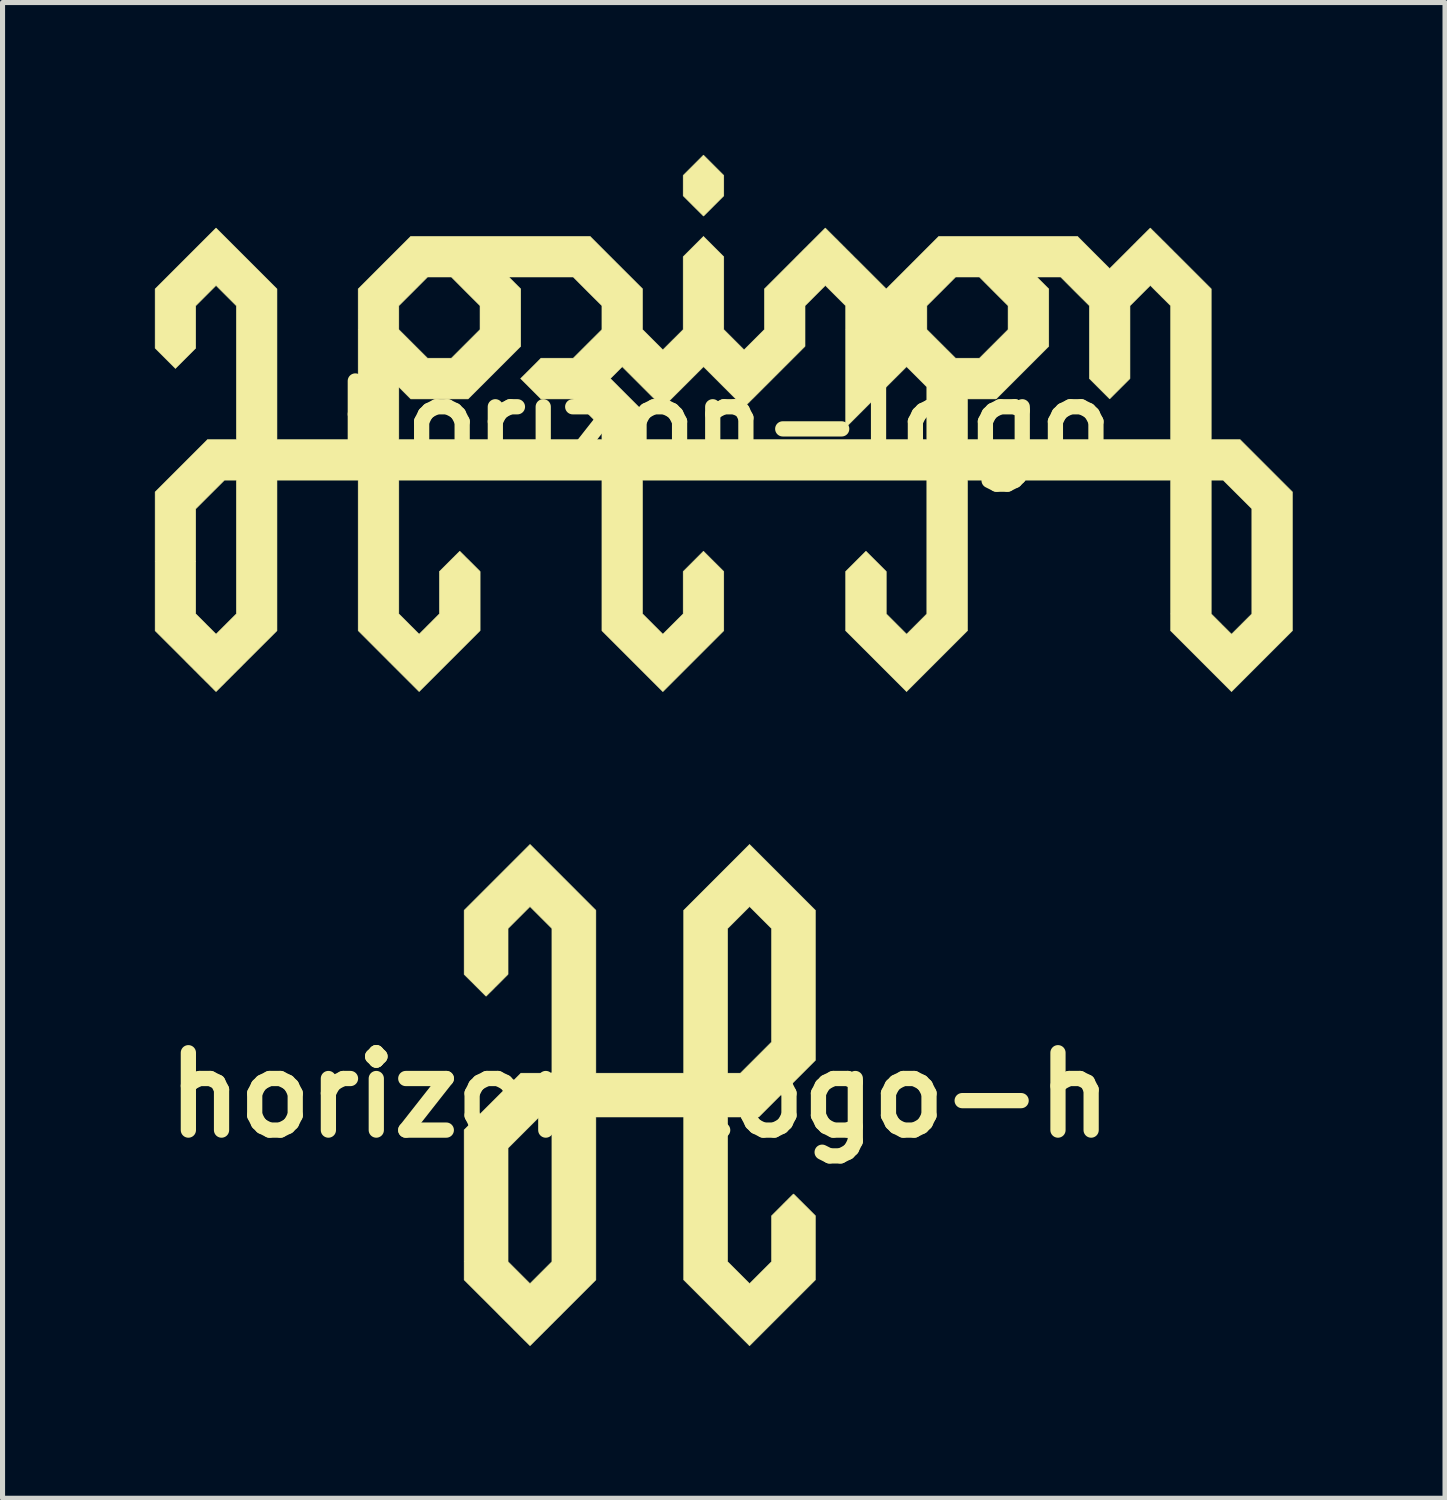
<source format=kicad_pcb>
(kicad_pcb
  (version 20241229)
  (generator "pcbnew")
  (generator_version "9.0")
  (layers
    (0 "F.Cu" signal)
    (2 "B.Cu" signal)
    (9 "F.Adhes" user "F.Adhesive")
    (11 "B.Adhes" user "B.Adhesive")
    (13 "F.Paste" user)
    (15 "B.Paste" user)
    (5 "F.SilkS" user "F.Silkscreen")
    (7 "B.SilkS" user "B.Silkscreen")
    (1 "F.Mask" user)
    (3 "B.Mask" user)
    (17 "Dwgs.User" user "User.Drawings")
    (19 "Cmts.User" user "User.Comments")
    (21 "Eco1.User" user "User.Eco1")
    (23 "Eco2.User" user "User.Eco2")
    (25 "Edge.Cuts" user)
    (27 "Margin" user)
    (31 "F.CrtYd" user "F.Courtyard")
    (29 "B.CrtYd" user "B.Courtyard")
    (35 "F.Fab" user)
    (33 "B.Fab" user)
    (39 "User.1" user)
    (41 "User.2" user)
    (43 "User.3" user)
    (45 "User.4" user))
  (footprint "horizon-logo"
    (layer "F.Cu")
    (at 11.205 5.288)
    (property "Reference" "horizon-logo" (at 0 0 0) (layer "F.SilkS") (effects (font (size 1.524 1.524) (thickness 0.3))))
    (attr through_hole)
    (fp_poly (pts (xy 0 -4.883) (xy 0 -4.481) (xy -0.2 -4.281) (xy -0.399 -4.082) (xy -0.6 -4.282) (xy -0.8 -4.482) (xy -0.8 -4.883) (xy -0.4 -5.283) (xy 0 -4.883)) (stroke (width 0.01) (type solid)) (fill yes) (layer "F.SilkS"))
    (fp_poly (pts (xy -9.4 -3.247) (xy -8.8 -2.647) (xy -8.8 0.318) (xy -7.201 0.318) (xy -7.201 -0.716) (xy -6.4 -0.716) (xy -6.4 0.318) (xy -2.4 0.318) (xy -2.4 0.083) (xy -2.683 -0.199) (xy -2.965 -0.481) (xy -3.282 -0.481) (xy -3.6 -0.481) (xy -3.8 -0.682) (xy -4.001 -0.882) (xy -4.001 -0.882) (xy -2.234 -0.882) (xy -1.917 -0.565) (xy -1.6 -0.248) (xy -1.6 0.318) (xy 3.999 0.318) (xy 3.999 -0.481) (xy 4.801 -0.481) (xy 4.801 0.318) (xy 8.8 0.318) (xy 8.8 -2.317) (xy 8.652 -2.465) (xy 8.634 -2.482) (xy 8.617 -2.499) (xy 8.6 -2.517) (xy 8.583 -2.534) (xy 8.566 -2.55) (xy 8.55 -2.567) (xy 8.534 -2.582) (xy 8.519 -2.597) (xy 8.505 -2.611) (xy 8.492 -2.624) (xy 8.48 -2.636) (xy 8.47 -2.646) (xy 8.461 -2.655) (xy 8.454 -2.662) (xy 8.452 -2.664) (xy 8.4 -2.716) (xy 8.2 -2.516) (xy 8 -2.316) (xy 8 -0.882) (xy 7.8 -0.682) (xy 7.6 -0.482) (xy 7.4 -0.682) (xy 7.2 -0.882) (xy 7.2 -2.317) (xy 6.917 -2.599) (xy 6.635 -2.882) (xy 6.401 -2.882) (xy 6.166 -2.882) (xy 6.284 -2.764) (xy 6.401 -2.647) (xy 6.401 -1.517) (xy 5.883 -0.999) (xy 5.365 -0.481) (xy 4.801 -0.481) (xy 3.999 -0.481) (xy 3.999 -0.717) (xy 3.8 -0.917) (xy 3.6 -1.116) (xy 3 -0.517) (xy 2.4 0.083) (xy 2.4 -2.316) (xy 2.399 -2.317) (xy 4 -2.317) (xy 4 -1.847) (xy 4.565 -1.283) (xy 5.035 -1.283) (xy 5.317 -1.565) (xy 5.599 -1.847) (xy 5.599 -2.317) (xy 5.317 -2.599) (xy 5.035 -2.882) (xy 4.8 -2.882) (xy 4.565 -2.882) (xy 4.283 -2.599) (xy 4 -2.317) (xy 2.399 -2.317) (xy 2.2 -2.516) (xy 2 -2.716) (xy 1.8 -2.516) (xy 1.6 -2.316) (xy 1.6 -1.517) (xy 1 -0.917) (xy 0.967 -0.884) (xy 0.935 -0.852) (xy 0.903 -0.82) (xy 0.872 -0.789) (xy 0.841 -0.758) (xy 0.811 -0.728) (xy 0.782 -0.699) (xy 0.753 -0.67) (xy 0.725 -0.642) (xy 0.698 -0.615) (xy 0.672 -0.589) (xy 0.647 -0.564) (xy 0.622 -0.539) (xy 0.599 -0.516) (xy 0.577 -0.494) (xy 0.555 -0.473) (xy 0.535 -0.453) (xy 0.516 -0.434) (xy 0.499 -0.416) (xy 0.482 -0.4) (xy 0.467 -0.385) (xy 0.454 -0.371) (xy 0.441 -0.359) (xy 0.431 -0.348) (xy 0.421 -0.339) (xy 0.414 -0.332) (xy 0.408 -0.326) (xy 0.403 -0.321) (xy 0.401 -0.318) (xy 0.4 -0.318) (xy 0.4 -0.318) (xy 0.399 -0.318) (xy 0.396 -0.321) (xy 0.392 -0.325) (xy 0.386 -0.331) (xy 0.378 -0.339) (xy 0.369 -0.348) (xy 0.358 -0.359) (xy 0.347 -0.37) (xy 0.333 -0.384) (xy 0.319 -0.398) (xy 0.303 -0.414) (xy 0.286 -0.431) (xy 0.268 -0.449) (xy 0.249 -0.468) (xy 0.229 -0.488) (xy 0.208 -0.509) (xy 0.186 -0.531) (xy 0.163 -0.554) (xy 0.14 -0.577) (xy 0.116 -0.601) (xy 0.091 -0.626) (xy 0.065 -0.652) (xy 0.039 -0.678) (xy 0.013 -0.704) (xy -0.000268 -0.717) (xy -0.399 -1.116) (xy -0.799 -0.716) (xy -1.2 -0.316) (xy -1.6 -0.716) (xy -2 -1.116) (xy -2.234 -0.882) (xy -4.001 -0.882) (xy -3.8 -1.082) (xy -3.6 -1.283) (xy -2.965 -1.283) (xy -2.683 -1.565) (xy -2.4 -1.847) (xy -2.4 -2.317) (xy -2.683 -2.599) (xy -2.965 -2.882) (xy -4.234 -2.882) (xy -4.116 -2.764) (xy -3.999 -2.647) (xy -3.999 -1.517) (xy -4.517 -0.999) (xy -5.035 -0.481) (xy -6.165 -0.481) (xy -6.4 -0.716) (xy -7.201 -0.716) (xy -7.201 -1.165) (xy -7.201 -2.317) (xy -6.4 -2.317) (xy -6.4 -1.847) (xy -5.835 -1.283) (xy -5.365 -1.283) (xy -5.083 -1.565) (xy -4.801 -1.847) (xy -4.801 -2.317) (xy -5.083 -2.599) (xy -5.365 -2.882) (xy -5.6 -2.882) (xy -5.835 -2.882) (xy -6.117 -2.599) (xy -6.4 -2.317) (xy -7.201 -2.317) (xy -7.201 -2.647) (xy -6.684 -3.165) (xy -6.166 -3.682) (xy -4.4 -3.682) (xy -2.633 -3.682) (xy -2.117 -3.165) (xy -1.6 -2.649) (xy -1.6 -2.249) (xy -1.6 -1.848) (xy -1.4 -1.648) (xy -1.2 -1.448) (xy -1 -1.648) (xy -0.8 -1.847) (xy -0.8 -2.565) (xy -0.8 -3.282) (xy -0.6 -3.482) (xy -0.4 -3.682) (xy -0.2 -3.482) (xy 0 -3.282) (xy 0 -1.848) (xy 0.2 -1.648) (xy 0.4 -1.448) (xy 0.6 -1.648) (xy 0.8 -1.848) (xy 0.8 -2.248) (xy 0.8 -2.647) (xy 1.4 -3.247) (xy 1.432 -3.28) (xy 1.465 -3.312) (xy 1.496 -3.344) (xy 1.528 -3.375) (xy 1.558 -3.406) (xy 1.588 -3.436) (xy 1.618 -3.465) (xy 1.647 -3.494) (xy 1.674 -3.522) (xy 1.702 -3.549) (xy 1.728 -3.575) (xy 1.753 -3.6) (xy 1.777 -3.624) (xy 1.801 -3.648) (xy 1.823 -3.67) (xy 1.844 -3.691) (xy 1.864 -3.711) (xy 1.883 -3.73) (xy 1.901 -3.748) (xy 1.917 -3.764) (xy 1.932 -3.779) (xy 1.946 -3.793) (xy 1.958 -3.805) (xy 1.969 -3.816) (xy 1.978 -3.825) (xy 1.986 -3.833) (xy 1.992 -3.839) (xy 1.996 -3.843) (xy 1.999 -3.846) (xy 2 -3.847) (xy 2 -3.847) (xy 2.001 -3.846) (xy 2.003 -3.843) (xy 2.008 -3.839) (xy 2.014 -3.833) (xy 2.021 -3.825) (xy 2.031 -3.816) (xy 2.041 -3.806) (xy 2.053 -3.794) (xy 2.067 -3.78) (xy 2.082 -3.765) (xy 2.098 -3.749) (xy 2.116 -3.731) (xy 2.135 -3.712) (xy 2.155 -3.692) (xy 2.176 -3.671) (xy 2.198 -3.649) (xy 2.222 -3.626) (xy 2.246 -3.602) (xy 2.271 -3.576) (xy 2.297 -3.55) (xy 2.325 -3.523) (xy 2.352 -3.495) (xy 2.381 -3.467) (xy 2.41 -3.437) (xy 2.44 -3.407) (xy 2.471 -3.377) (xy 2.502 -3.345) (xy 2.534 -3.314) (xy 2.566 -3.281) (xy 2.599 -3.248) (xy 2.6 -3.248) (xy 3.2 -2.648) (xy 3.717 -3.165) (xy 4.234 -3.682) (xy 5.6 -3.682) (xy 6.967 -3.682) (xy 7.283 -3.365) (xy 7.6 -3.048) (xy 8 -3.447) (xy 8.026 -3.474) (xy 8.053 -3.5) (xy 8.078 -3.526) (xy 8.104 -3.551) (xy 8.128 -3.576) (xy 8.152 -3.6) (xy 8.175 -3.623) (xy 8.197 -3.645) (xy 8.219 -3.666) (xy 8.24 -3.687) (xy 8.259 -3.707) (xy 8.278 -3.725) (xy 8.295 -3.742) (xy 8.312 -3.759) (xy 8.327 -3.774) (xy 8.341 -3.788) (xy 8.353 -3.8) (xy 8.365 -3.811) (xy 8.374 -3.821) (xy 8.383 -3.83) (xy 8.39 -3.836) (xy 8.395 -3.841) (xy 8.398 -3.845) (xy 8.4 -3.847) (xy 8.4 -3.847) (xy 8.401 -3.846) (xy 8.404 -3.843) (xy 8.408 -3.839) (xy 8.415 -3.833) (xy 8.422 -3.825) (xy 8.431 -3.816) (xy 8.442 -3.805) (xy 8.454 -3.793) (xy 8.468 -3.78) (xy 8.483 -3.765) (xy 8.499 -3.748) (xy 8.517 -3.731) (xy 8.536 -3.712) (xy 8.556 -3.692) (xy 8.577 -3.671) (xy 8.6 -3.649) (xy 8.623 -3.625) (xy 8.647 -3.601) (xy 8.673 -3.576) (xy 8.699 -3.55) (xy 8.726 -3.523) (xy 8.754 -3.495) (xy 8.782 -3.466) (xy 8.812 -3.437) (xy 8.842 -3.407) (xy 8.872 -3.376) (xy 8.904 -3.345) (xy 8.936 -3.313) (xy 8.968 -3.281) (xy 9.001 -3.248) (xy 9.001 -3.248) (xy 9.6 -2.649) (xy 9.6 -1.166) (xy 9.6 0.318) (xy 10.166 0.318) (xy 11.2 1.352) (xy 11.2 4.084) (xy 10.6 4.684) (xy 10 5.284) (xy 9.4 4.684) (xy 8.8 4.084) (xy 8.8 1.118) (xy 9.6 1.118) (xy 9.6 3.752) (xy 9.8 3.952) (xy 9.818 3.971) (xy 9.837 3.989) (xy 9.855 4.007) (xy 9.872 4.024) (xy 9.888 4.04) (xy 9.904 4.056) (xy 9.919 4.071) (xy 9.932 4.084) (xy 9.945 4.097) (xy 9.957 4.109) (xy 9.967 4.119) (xy 9.976 4.128) (xy 9.984 4.136) (xy 9.99 4.142) (xy 9.995 4.147) (xy 9.998 4.15) (xy 10 4.152) (xy 10 4.152) (xy 10.001 4.151) (xy 10.004 4.148) (xy 10.008 4.144) (xy 10.014 4.138) (xy 10.021 4.131) (xy 10.03 4.122) (xy 10.04 4.112) (xy 10.051 4.101) (xy 10.063 4.089) (xy 10.077 4.075) (xy 10.091 4.061) (xy 10.107 4.045) (xy 10.123 4.029) (xy 10.14 4.012) (xy 10.157 3.995) (xy 10.176 3.977) (xy 10.194 3.958) (xy 10.2 3.952) (xy 10.4 3.752) (xy 10.4 1.683) (xy 10.117 1.4) (xy 9.834 1.118) (xy 9.6 1.118) (xy 8.8 1.118) (xy 4.801 1.118) (xy 4.801 4.082) (xy 4.2 4.683) (xy 3.6 5.283) (xy 3 4.683) (xy 2.4 4.084) (xy 2.4 3.501) (xy 2.4 2.918) (xy 2.6 2.718) (xy 2.8 2.518) (xy 3 2.718) (xy 3.2 2.918) (xy 3.2 3.335) (xy 3.2 3.752) (xy 3.6 4.152) (xy 3.8 3.952) (xy 3.999 3.752) (xy 3.999 1.118) (xy -1.6 1.118) (xy -1.6 2.435) (xy -1.6 3.752) (xy -1.2 4.152) (xy -1 3.952) (xy -0.8 3.752) (xy -0.8 3.335) (xy -0.8 2.918) (xy -0.6 2.718) (xy -0.4 2.518) (xy -0.2 2.718) (xy 0 2.918) (xy 0 4.084) (xy -0.6 4.684) (xy -1.2 5.284) (xy -1.8 4.684) (xy -2.4 4.084) (xy -2.4 1.118) (xy -6.4 1.118) (xy -6.4 3.752) (xy -6 4.152) (xy -5.8 3.952) (xy -5.601 3.752) (xy -5.601 2.918) (xy -5.401 2.718) (xy -5.382 2.699) (xy -5.364 2.681) (xy -5.346 2.663) (xy -5.329 2.646) (xy -5.312 2.63) (xy -5.297 2.614) (xy -5.282 2.599) (xy -5.268 2.586) (xy -5.255 2.573) (xy -5.244 2.561) (xy -5.233 2.551) (xy -5.224 2.542) (xy -5.216 2.534) (xy -5.21 2.528) (xy -5.205 2.523) (xy -5.202 2.52) (xy -5.2 2.519) (xy -5.2 2.518) (xy -5.199 2.519) (xy -5.196 2.522) (xy -5.192 2.526) (xy -5.186 2.532) (xy -5.179 2.539) (xy -5.17 2.548) (xy -5.16 2.558) (xy -5.149 2.569) (xy -5.136 2.581) (xy -5.123 2.595) (xy -5.108 2.609) (xy -5.093 2.625) (xy -5.077 2.641) (xy -5.06 2.658) (xy -5.042 2.675) (xy -5.024 2.693) (xy -5.005 2.712) (xy -4.999 2.718) (xy -4.799 2.918) (xy -4.799 4.082) (xy -5.4 4.683) (xy -6 5.283) (xy -6.601 4.683) (xy -7.201 4.082) (xy -7.201 1.118) (xy -8.8 1.118) (xy -8.8 4.084) (xy -9.4 4.683) (xy -9.432 4.716) (xy -9.465 4.748) (xy -9.496 4.78) (xy -9.528 4.812) (xy -9.558 4.842) (xy -9.589 4.872) (xy -9.618 4.902) (xy -9.647 4.93) (xy -9.674 4.958) (xy -9.702 4.985) (xy -9.728 5.012) (xy -9.753 5.037) (xy -9.777 5.061) (xy -9.801 5.084) (xy -9.823 5.107) (xy -9.844 5.128) (xy -9.864 5.148) (xy -9.883 5.167) (xy -9.901 5.184) (xy -9.917 5.201) (xy -9.932 5.216) (xy -9.946 5.229) (xy -9.958 5.242) (xy -9.969 5.252) (xy -9.978 5.262) (xy -9.986 5.269) (xy -9.992 5.275) (xy -9.996 5.28) (xy -9.999 5.282) (xy -10 5.283) (xy -10 5.283) (xy -10.001 5.282) (xy -10.004 5.28) (xy -10.008 5.275) (xy -10.014 5.269) (xy -10.022 5.262) (xy -10.031 5.253) (xy -10.042 5.242) (xy -10.054 5.23) (xy -10.067 5.216) (xy -10.082 5.201) (xy -10.099 5.185) (xy -10.116 5.167) (xy -10.135 5.148) (xy -10.155 5.128) (xy -10.176 5.107) (xy -10.199 5.085) (xy -10.222 5.062) (xy -10.246 5.037) (xy -10.272 5.012) (xy -10.298 4.986) (xy -10.325 4.959) (xy -10.353 4.931) (xy -10.381 4.902) (xy -10.411 4.873) (xy -10.441 4.843) (xy -10.471 4.812) (xy -10.503 4.781) (xy -10.535 4.749) (xy -10.567 4.717) (xy -10.6 4.684) (xy -10.6 4.683) (xy -11.2 4.084) (xy -11.2 1.683) (xy -10.4 1.683) (xy -10.4 2.718) (xy -10.4 3.752) (xy -10.2 3.952) (xy -10.182 3.971) (xy -10.163 3.989) (xy -10.145 4.007) (xy -10.128 4.024) (xy -10.112 4.04) (xy -10.096 4.056) (xy -10.081 4.071) (xy -10.068 4.084) (xy -10.055 4.097) (xy -10.043 4.109) (xy -10.033 4.119) (xy -10.024 4.128) (xy -10.016 4.136) (xy -10.01 4.142) (xy -10.005 4.147) (xy -10.002 4.15) (xy -10 4.152) (xy -10 4.152) (xy -9.999 4.151) (xy -9.996 4.148) (xy -9.992 4.144) (xy -9.986 4.138) (xy -9.979 4.131) (xy -9.97 4.122) (xy -9.96 4.112) (xy -9.949 4.101) (xy -9.937 4.089) (xy -9.923 4.075) (xy -9.909 4.061) (xy -9.893 4.045) (xy -9.877 4.029) (xy -9.86 4.012) (xy -9.843 3.995) (xy -9.824 3.977) (xy -9.806 3.958) (xy -9.8 3.952) (xy -9.6 3.752) (xy -9.6 1.118) (xy -9.834 1.118) (xy -10.4 1.683) (xy -11.2 1.683) (xy -11.2 1.352) (xy -10.683 0.835) (xy -10.166 0.318) (xy -9.6 0.318) (xy -9.6 -2.316) (xy -9.8 -2.516) (xy -10 -2.716) (xy -10.2 -2.516) (xy -10.4 -2.316) (xy -10.4 -1.481) (xy -10.6 -1.281) (xy -10.8 -1.081) (xy -11 -1.281) (xy -11.2 -1.481) (xy -11.2 -2.647) (xy -10.6 -3.247) (xy -10 -3.847) (xy -9.4 -3.247)) (stroke (width 0.01) (type solid)) (fill yes) (layer "F.SilkS")))
  (footprint "horizon-logo-h"
    (layer "F.Cu")
    (at 9.55 18.518)
    (property "Reference" "horizon-logo-h" (at 0 0 0) (layer "F.SilkS") (effects (font (size 1.524 1.524) (thickness 0.3))))
    (attr through_hole)
    (fp_poly (pts (xy 2.811 -4.288) (xy 3.46 -3.639) (xy 3.46 -0.686) (xy 2.901 -0.127) (xy 2.342 0.432) (xy 1.731 0.432) (xy 1.731 3.281) (xy 1.947 3.497) (xy 2.163 3.713) (xy 2.379 3.497) (xy 2.595 3.281) (xy 2.595 2.379) (xy 2.811 2.163) (xy 2.831 2.142) (xy 2.851 2.123) (xy 2.87 2.103) (xy 2.889 2.085) (xy 2.907 2.067) (xy 2.924 2.05) (xy 2.939 2.034) (xy 2.954 2.02) (xy 2.968 2.006) (xy 2.981 1.993) (xy 2.992 1.982) (xy 3.002 1.972) (xy 3.011 1.964) (xy 3.017 1.957) (xy 3.023 1.952) (xy 3.026 1.949) (xy 3.028 1.947) (xy 3.028 1.947) (xy 3.029 1.948) (xy 3.032 1.951) (xy 3.037 1.955) (xy 3.043 1.961) (xy 3.051 1.969) (xy 3.061 1.979) (xy 3.072 1.989) (xy 3.084 2.002) (xy 3.097 2.015) (xy 3.112 2.029) (xy 3.127 2.045) (xy 3.144 2.062) (xy 3.162 2.079) (xy 3.18 2.097) (xy 3.199 2.116) (xy 3.219 2.136) (xy 3.239 2.156) (xy 3.245 2.162) (xy 3.46 2.377) (xy 3.46 3.639) (xy 2.162 4.937) (xy 1.514 4.288) (xy 0.865 3.639) (xy 0.865 0.432) (xy -0.864 0.432) (xy -0.864 3.639) (xy -1.512 4.287) (xy -1.547 4.323) (xy -1.582 4.358) (xy -1.617 4.392) (xy -1.651 4.426) (xy -1.684 4.459) (xy -1.716 4.492) (xy -1.748 4.523) (xy -1.779 4.554) (xy -1.809 4.585) (xy -1.838 4.614) (xy -1.867 4.642) (xy -1.894 4.669) (xy -1.92 4.696) (xy -1.946 4.721) (xy -1.97 4.745) (xy -1.993 4.768) (xy -2.014 4.79) (xy -2.035 4.81) (xy -2.054 4.829) (xy -2.072 4.847) (xy -2.088 4.863) (xy -2.103 4.878) (xy -2.116 4.891) (xy -2.127 4.902) (xy -2.137 4.912) (xy -2.146 4.921) (xy -2.152 4.927) (xy -2.157 4.932) (xy -2.16 4.935) (xy -2.161 4.936) (xy -2.161 4.936) (xy -2.162 4.935) (xy -2.165 4.932) (xy -2.17 4.927) (xy -2.176 4.921) (xy -2.184 4.913) (xy -2.194 4.903) (xy -2.206 4.891) (xy -2.219 4.878) (xy -2.234 4.863) (xy -2.25 4.847) (xy -2.268 4.83) (xy -2.287 4.811) (xy -2.307 4.79) (xy -2.329 4.769) (xy -2.352 4.746) (xy -2.376 4.722) (xy -2.401 4.696) (xy -2.427 4.67) (xy -2.455 4.643) (xy -2.483 4.615) (xy -2.512 4.585) (xy -2.542 4.555) (xy -2.573 4.524) (xy -2.605 4.492) (xy -2.638 4.46) (xy -2.671 4.427) (xy -2.705 4.393) (xy -2.739 4.359) (xy -2.774 4.324) (xy -2.81 4.287) (xy -3.459 3.639) (xy -3.459 1.044) (xy -2.594 1.044) (xy -2.594 3.281) (xy -2.378 3.497) (xy -2.162 3.713) (xy -1.946 3.497) (xy -1.73 3.281) (xy -1.73 0.432) (xy -1.982 0.432) (xy -2.288 0.738) (xy -2.594 1.044) (xy -3.459 1.044) (xy -3.459 0.686) (xy -2.899 0.127) (xy -2.34 -0.432) (xy -1.73 -0.432) (xy -1.73 -3.281) (xy -1.946 -3.497) (xy -2.162 -3.713) (xy -2.378 -3.497) (xy -2.594 -3.281) (xy -2.594 -2.379) (xy -2.809 -2.163) (xy -2.83 -2.142) (xy -2.85 -2.123) (xy -2.869 -2.103) (xy -2.887 -2.085) (xy -2.905 -2.067) (xy -2.922 -2.05) (xy -2.938 -2.034) (xy -2.953 -2.02) (xy -2.967 -2.006) (xy -2.98 -1.993) (xy -2.991 -1.982) (xy -3.001 -1.972) (xy -3.009 -1.964) (xy -3.016 -1.957) (xy -3.021 -1.952) (xy -3.025 -1.949) (xy -3.027 -1.947) (xy -3.027 -1.947) (xy -3.028 -1.948) (xy -3.031 -1.951) (xy -3.035 -1.955) (xy -3.042 -1.961) (xy -3.05 -1.969) (xy -3.059 -1.979) (xy -3.07 -1.989) (xy -3.082 -2.002) (xy -3.096 -2.015) (xy -3.11 -2.029) (xy -3.126 -2.045) (xy -3.143 -2.062) (xy -3.16 -2.079) (xy -3.178 -2.097) (xy -3.197 -2.116) (xy -3.217 -2.136) (xy -3.237 -2.156) (xy -3.243 -2.162) (xy -3.459 -2.377) (xy -3.459 -3.639) (xy -2.81 -4.288) (xy -2.161 -4.937) (xy -0.864 -3.639) (xy -0.864 -0.432) (xy 0.865 -0.432) (xy 0.865 -3.281) (xy 1.731 -3.281) (xy 1.731 -0.432) (xy 1.983 -0.432) (xy 2.289 -0.738) (xy 2.595 -1.044) (xy 2.595 -3.281) (xy 2.379 -3.497) (xy 2.163 -3.713) (xy 1.947 -3.497) (xy 1.731 -3.281) (xy 0.865 -3.281) (xy 0.865 -3.639) (xy 1.514 -4.288) (xy 2.162 -4.937) (xy 2.811 -4.288)) (stroke (width 0.01) (type solid)) (fill yes) (layer "F.SilkS")))
  (gr_rect
    (start -3 -3)
    (end 25.41 26.459)
    (stroke (width 0.1) (type default))
    (fill no)
    (layer "Edge.Cuts")))
</source>
